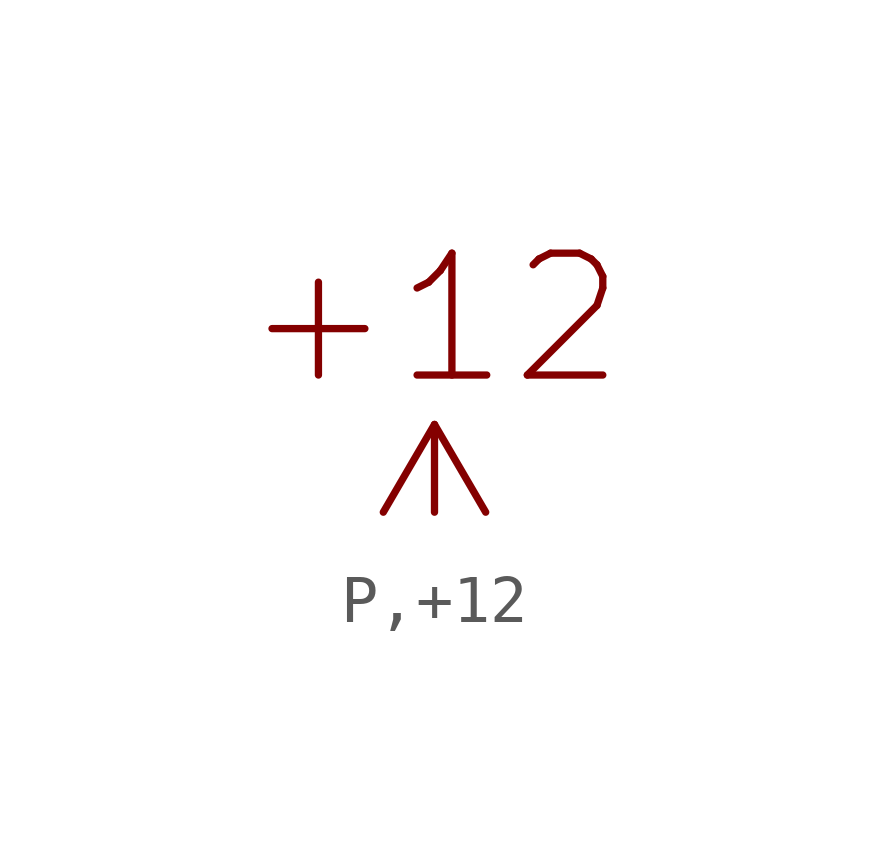
<source format=kicad_sym>
(kicad_symbol_lib
  (version 20211014)
  (generator kicad_symbol_editor)
  (symbol "P,+12"
    (power)
    (pin_numbers hide)
    (pin_names
      (offset 1.27) hide)
    (property "Reference" "#PWR"
      (at 2.54 0 0)
      (effects (font (size 2.54 2.54)) (justify left) hide))
    (symbol "P,+12_1_1"
      (polyline (pts (xy 0 0) (xy 0 1.829)) (stroke (width 0) (type default) (color 0 0 0 0)) (fill (type none)))
      (polyline (pts (xy -1.067 0) (xy 0 1.829) (xy 1.067 0)) (stroke (width 0) (type default) (color 0 0 0 0)) (fill (type none)))
      (text "+12" (at 0 2.54 0) (effects (font (size 2.54 2.54)) (justify bottom)))
      (pin power_in line (at 0 0 0) (length 0) hide (name "+10" (effects (font (size 2.54 2.54)))) (number "0" (effects (font (size 0 0))))))))
</source>
